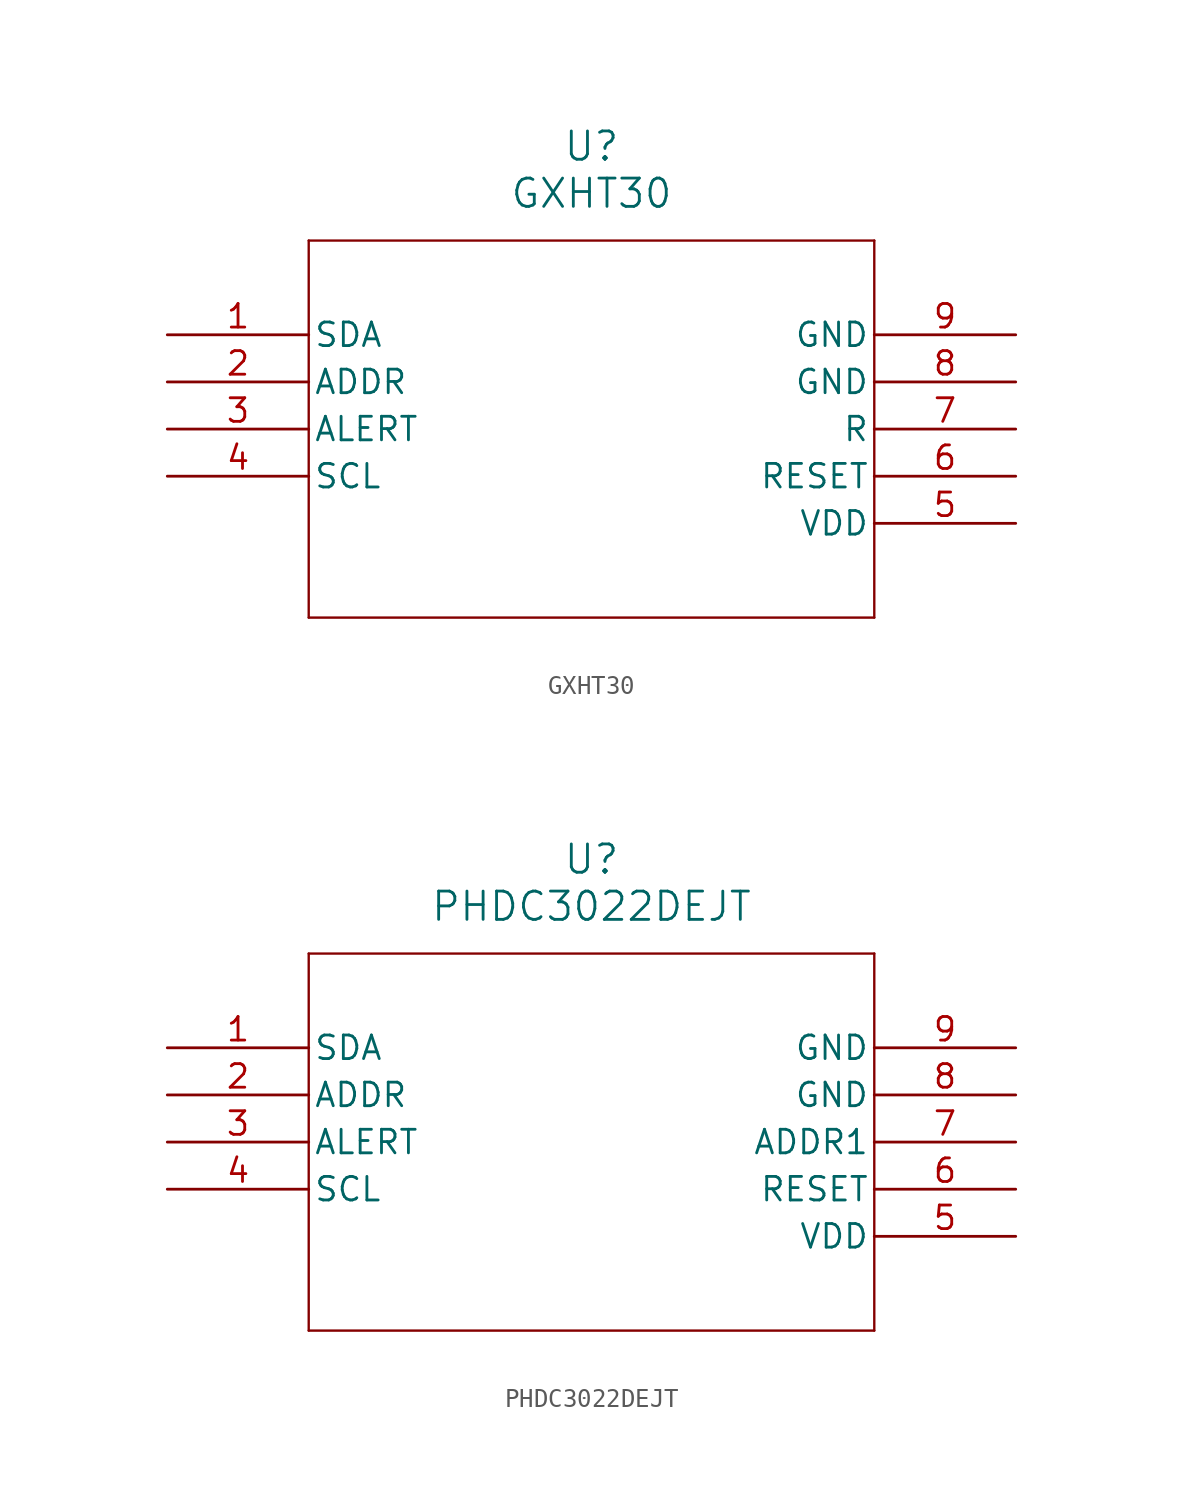
<source format=kicad_sym>
(kicad_symbol_lib
  (version 20231120)
  (generator "kicad_symbol_editor")
  (generator_version "8.0")
  (symbol "GXHT30"
    (pin_names
      (offset 0.254))
    (property "Reference" "U"
      (at 22.86 10.16 0)
      (effects (font (size 1.524 1.524))))
    (property "Value" "GXHT30"
      (at 22.86 7.62 0)
      (effects (font (size 1.524 1.524))))
    (symbol "GXHT30_0_1"
      (polyline (pts (xy 7.62 -15.24) (xy 38.1 -15.24)) (stroke (width 0.127) (type default)) (fill (type none)))
      (polyline (pts (xy 7.62 5.08) (xy 7.62 -15.24)) (stroke (width 0.127) (type default)) (fill (type none)))
      (polyline (pts (xy 38.1 -15.24) (xy 38.1 5.08)) (stroke (width 0.127) (type default)) (fill (type none)))
      (polyline (pts (xy 38.1 5.08) (xy 7.62 5.08)) (stroke (width 0.127) (type default)) (fill (type none)))
      (pin bidirectional line (at 0 0 0) (length 7.62) (name "SDA" (effects (font (size 1.27 1.27)))) (number "1" (effects (font (size 1.27 1.27)))))
      (pin input line (at 0 -2.54 0) (length 7.62) (name "ADDR" (effects (font (size 1.27 1.27)))) (number "2" (effects (font (size 1.27 1.27)))))
      (pin output line (at 0 -5.08 0) (length 7.62) (name "ALERT" (effects (font (size 1.27 1.27)))) (number "3" (effects (font (size 1.27 1.27)))))
      (pin input line (at 0 -7.62 0) (length 7.62) (name "SCL" (effects (font (size 1.27 1.27)))) (number "4" (effects (font (size 1.27 1.27)))))
      (pin power_in line (at 45.72 -10.16 180) (length 7.62) (name "VDD" (effects (font (size 1.27 1.27)))) (number "5" (effects (font (size 1.27 1.27)))))
      (pin input line (at 45.72 -7.62 180) (length 7.62) (name "RESET" (effects (font (size 1.27 1.27)))) (number "6" (effects (font (size 1.27 1.27))))))
    (symbol "GXHT30_1_1"
      (pin input line (at 45.72 -5.08 180) (length 7.62) (name "R" (effects (font (size 1.27 1.27)))) (number "7" (effects (font (size 1.27 1.27)))))
      (pin power_in line (at 45.72 -2.54 180) (length 7.62) (name "GND" (effects (font (size 1.27 1.27)))) (number "8" (effects (font (size 1.27 1.27)))))
      (pin power_in line (at 45.72 0 180) (length 7.62) (name "GND" (effects (font (size 1.27 1.27)))) (number "9" (effects (font (size 1.27 1.27)))))))
  (symbol "PHDC3022DEJT"
    (pin_names
      (offset 0.254))
    (property "Reference" "U"
      (at 22.86 10.16 0)
      (effects (font (size 1.524 1.524))))
    (property "Value" "PHDC3022DEJT"
      (at 22.86 7.62 0)
      (effects (font (size 1.524 1.524))))
    (symbol "PHDC3022DEJT_0_1"
      (polyline (pts (xy 7.62 -15.24) (xy 38.1 -15.24)) (stroke (width 0.127) (type default)) (fill (type none)))
      (polyline (pts (xy 7.62 5.08) (xy 7.62 -15.24)) (stroke (width 0.127) (type default)) (fill (type none)))
      (polyline (pts (xy 38.1 -15.24) (xy 38.1 5.08)) (stroke (width 0.127) (type default)) (fill (type none)))
      (polyline (pts (xy 38.1 5.08) (xy 7.62 5.08)) (stroke (width 0.127) (type default)) (fill (type none)))
      (pin bidirectional line (at 0 0 0) (length 7.62) (name "SDA" (effects (font (size 1.27 1.27)))) (number "1" (effects (font (size 1.27 1.27)))))
      (pin input line (at 0 -2.54 0) (length 7.62) (name "ADDR" (effects (font (size 1.27 1.27)))) (number "2" (effects (font (size 1.27 1.27)))))
      (pin output line (at 0 -5.08 0) (length 7.62) (name "ALERT" (effects (font (size 1.27 1.27)))) (number "3" (effects (font (size 1.27 1.27)))))
      (pin input line (at 0 -7.62 0) (length 7.62) (name "SCL" (effects (font (size 1.27 1.27)))) (number "4" (effects (font (size 1.27 1.27)))))
      (pin power_in line (at 45.72 -10.16 180) (length 7.62) (name "VDD" (effects (font (size 1.27 1.27)))) (number "5" (effects (font (size 1.27 1.27)))))
      (pin input line (at 45.72 -7.62 180) (length 7.62) (name "RESET" (effects (font (size 1.27 1.27)))) (number "6" (effects (font (size 1.27 1.27)))))
      (pin input line (at 45.72 -5.08 180) (length 7.62) (name "ADDR1" (effects (font (size 1.27 1.27)))) (number "7" (effects (font (size 1.27 1.27))))))
    (symbol "PHDC3022DEJT_1_1"
      (pin power_in line (at 45.72 -2.54 180) (length 7.62) (name "GND" (effects (font (size 1.27 1.27)))) (number "8" (effects (font (size 1.27 1.27)))))
      (pin power_in line (at 45.72 0 180) (length 7.62) (name "GND" (effects (font (size 1.27 1.27)))) (number "9" (effects (font (size 1.27 1.27))))))))
</source>
